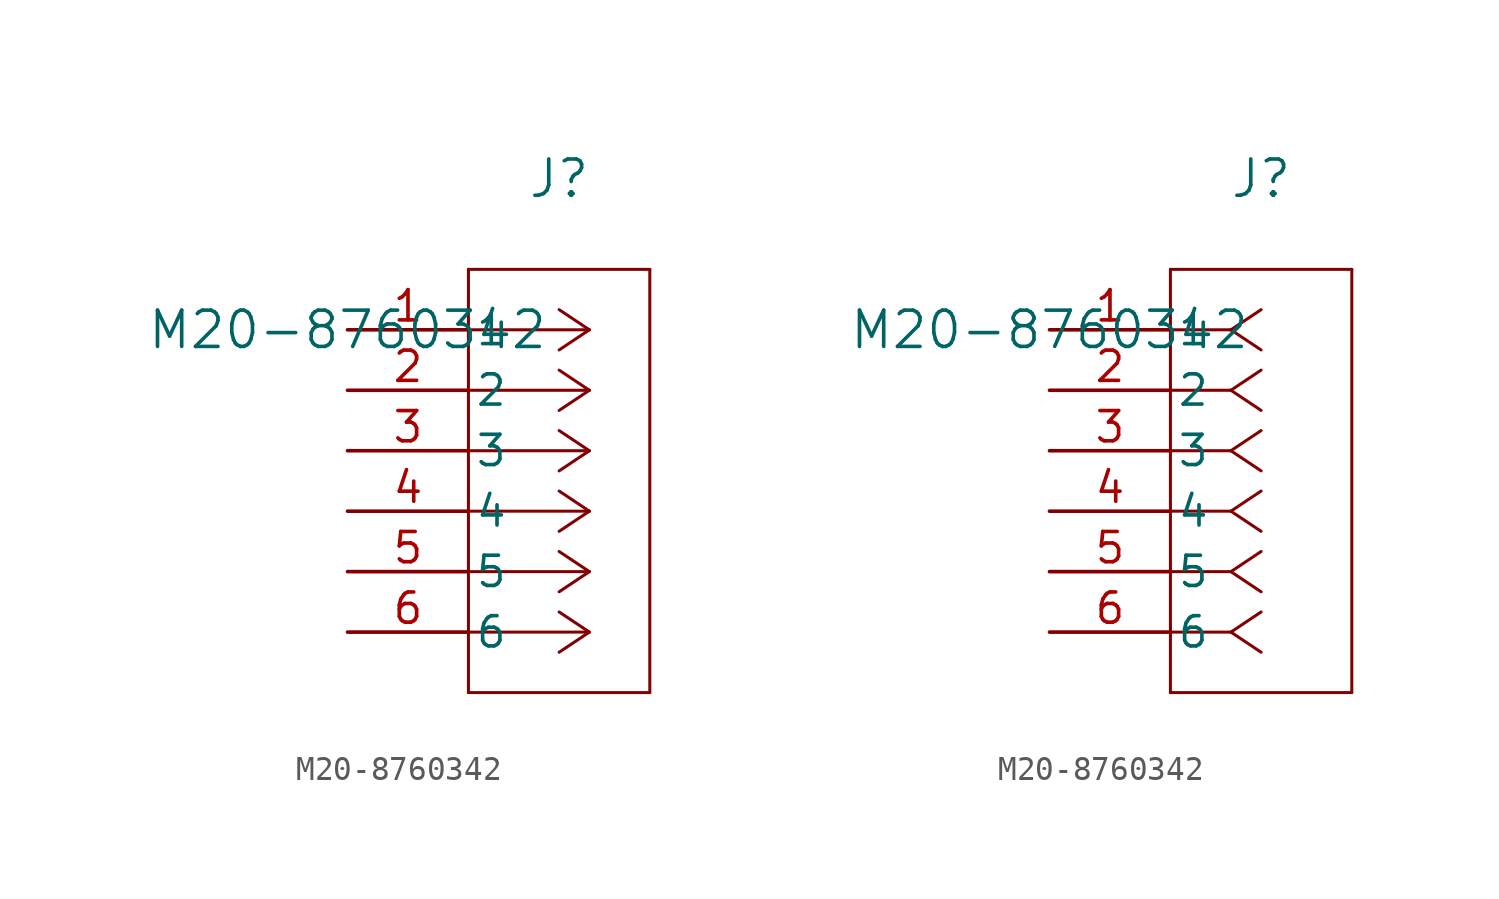
<source format=kicad_sym>
(kicad_symbol_lib
  (version 20211014)
  (generator kicad_symbol_editor)
  (symbol "M20-8760342"
    (pin_names
      (offset 0.254))
    (property "Reference" "J"
      (at 8.89 6.35 0)
      (effects (font (size 1.524 1.524))))
    (property "Value" "M20-8760342"
      (at 0 0 0)
      (effects (font (size 1.524 1.524))))
    (symbol "M20-8760342_1_1"
      (polyline (pts (xy 10.16 0) (xy 5.08 0)) (stroke (width 0.127) (type default) (color 0 0 0 0)) (fill (type none)))
      (polyline (pts (xy 10.16 -2.54) (xy 5.08 -2.54)) (stroke (width 0.127) (type default) (color 0 0 0 0)) (fill (type none)))
      (polyline (pts (xy 10.16 -5.08) (xy 5.08 -5.08)) (stroke (width 0.127) (type default) (color 0 0 0 0)) (fill (type none)))
      (polyline (pts (xy 10.16 -7.62) (xy 5.08 -7.62)) (stroke (width 0.127) (type default) (color 0 0 0 0)) (fill (type none)))
      (polyline (pts (xy 10.16 -10.16) (xy 5.08 -10.16)) (stroke (width 0.127) (type default) (color 0 0 0 0)) (fill (type none)))
      (polyline (pts (xy 10.16 -12.7) (xy 5.08 -12.7)) (stroke (width 0.127) (type default) (color 0 0 0 0)) (fill (type none)))
      (polyline (pts (xy 10.16 0) (xy 8.89 0.847)) (stroke (width 0.127) (type default) (color 0 0 0 0)) (fill (type none)))
      (polyline (pts (xy 10.16 -2.54) (xy 8.89 -1.693)) (stroke (width 0.127) (type default) (color 0 0 0 0)) (fill (type none)))
      (polyline (pts (xy 10.16 -5.08) (xy 8.89 -4.233)) (stroke (width 0.127) (type default) (color 0 0 0 0)) (fill (type none)))
      (polyline (pts (xy 10.16 -7.62) (xy 8.89 -6.773)) (stroke (width 0.127) (type default) (color 0 0 0 0)) (fill (type none)))
      (polyline (pts (xy 10.16 -10.16) (xy 8.89 -9.313)) (stroke (width 0.127) (type default) (color 0 0 0 0)) (fill (type none)))
      (polyline (pts (xy 10.16 -12.7) (xy 8.89 -11.853)) (stroke (width 0.127) (type default) (color 0 0 0 0)) (fill (type none)))
      (polyline (pts (xy 10.16 0) (xy 8.89 -0.847)) (stroke (width 0.127) (type default) (color 0 0 0 0)) (fill (type none)))
      (polyline (pts (xy 10.16 -2.54) (xy 8.89 -3.387)) (stroke (width 0.127) (type default) (color 0 0 0 0)) (fill (type none)))
      (polyline (pts (xy 10.16 -5.08) (xy 8.89 -5.927)) (stroke (width 0.127) (type default) (color 0 0 0 0)) (fill (type none)))
      (polyline (pts (xy 10.16 -7.62) (xy 8.89 -8.467)) (stroke (width 0.127) (type default) (color 0 0 0 0)) (fill (type none)))
      (polyline (pts (xy 10.16 -10.16) (xy 8.89 -11.007)) (stroke (width 0.127) (type default) (color 0 0 0 0)) (fill (type none)))
      (polyline (pts (xy 10.16 -12.7) (xy 8.89 -13.547)) (stroke (width 0.127) (type default) (color 0 0 0 0)) (fill (type none)))
      (polyline (pts (xy 5.08 2.54) (xy 5.08 -15.24)) (stroke (width 0.127) (type default) (color 0 0 0 0)) (fill (type none)))
      (polyline (pts (xy 5.08 -15.24) (xy 12.7 -15.24)) (stroke (width 0.127) (type default) (color 0 0 0 0)) (fill (type none)))
      (polyline (pts (xy 12.7 -15.24) (xy 12.7 2.54)) (stroke (width 0.127) (type default) (color 0 0 0 0)) (fill (type none)))
      (polyline (pts (xy 12.7 2.54) (xy 5.08 2.54)) (stroke (width 0.127) (type default) (color 0 0 0 0)) (fill (type none)))
      (pin unspecified line (at 0 0 0) (length 5.08) (name "1" (effects (font (size 1.27 1.27)))) (number "1" (effects (font (size 1.27 1.27)))))
      (pin unspecified line (at 0 -2.54 0) (length 5.08) (name "2" (effects (font (size 1.27 1.27)))) (number "2" (effects (font (size 1.27 1.27)))))
      (pin unspecified line (at 0 -5.08 0) (length 5.08) (name "3" (effects (font (size 1.27 1.27)))) (number "3" (effects (font (size 1.27 1.27)))))
      (pin unspecified line (at 0 -7.62 0) (length 5.08) (name "4" (effects (font (size 1.27 1.27)))) (number "4" (effects (font (size 1.27 1.27)))))
      (pin unspecified line (at 0 -10.16 0) (length 5.08) (name "5" (effects (font (size 1.27 1.27)))) (number "5" (effects (font (size 1.27 1.27)))))
      (pin unspecified line (at 0 -12.7 0) (length 5.08) (name "6" (effects (font (size 1.27 1.27)))) (number "6" (effects (font (size 1.27 1.27))))))
    (symbol "M20-8760342_1_2"
      (polyline (pts (xy 7.62 0) (xy 5.08 0)) (stroke (width 0.127) (type default) (color 0 0 0 0)) (fill (type none)))
      (polyline (pts (xy 7.62 -2.54) (xy 5.08 -2.54)) (stroke (width 0.127) (type default) (color 0 0 0 0)) (fill (type none)))
      (polyline (pts (xy 7.62 -5.08) (xy 5.08 -5.08)) (stroke (width 0.127) (type default) (color 0 0 0 0)) (fill (type none)))
      (polyline (pts (xy 7.62 -7.62) (xy 5.08 -7.62)) (stroke (width 0.127) (type default) (color 0 0 0 0)) (fill (type none)))
      (polyline (pts (xy 7.62 -10.16) (xy 5.08 -10.16)) (stroke (width 0.127) (type default) (color 0 0 0 0)) (fill (type none)))
      (polyline (pts (xy 7.62 -12.7) (xy 5.08 -12.7)) (stroke (width 0.127) (type default) (color 0 0 0 0)) (fill (type none)))
      (polyline (pts (xy 7.62 0) (xy 8.89 0.847)) (stroke (width 0.127) (type default) (color 0 0 0 0)) (fill (type none)))
      (polyline (pts (xy 7.62 -2.54) (xy 8.89 -1.693)) (stroke (width 0.127) (type default) (color 0 0 0 0)) (fill (type none)))
      (polyline (pts (xy 7.62 -5.08) (xy 8.89 -4.233)) (stroke (width 0.127) (type default) (color 0 0 0 0)) (fill (type none)))
      (polyline (pts (xy 7.62 -7.62) (xy 8.89 -6.773)) (stroke (width 0.127) (type default) (color 0 0 0 0)) (fill (type none)))
      (polyline (pts (xy 7.62 -10.16) (xy 8.89 -9.313)) (stroke (width 0.127) (type default) (color 0 0 0 0)) (fill (type none)))
      (polyline (pts (xy 7.62 -12.7) (xy 8.89 -11.853)) (stroke (width 0.127) (type default) (color 0 0 0 0)) (fill (type none)))
      (polyline (pts (xy 7.62 0) (xy 8.89 -0.847)) (stroke (width 0.127) (type default) (color 0 0 0 0)) (fill (type none)))
      (polyline (pts (xy 7.62 -2.54) (xy 8.89 -3.387)) (stroke (width 0.127) (type default) (color 0 0 0 0)) (fill (type none)))
      (polyline (pts (xy 7.62 -5.08) (xy 8.89 -5.927)) (stroke (width 0.127) (type default) (color 0 0 0 0)) (fill (type none)))
      (polyline (pts (xy 7.62 -7.62) (xy 8.89 -8.467)) (stroke (width 0.127) (type default) (color 0 0 0 0)) (fill (type none)))
      (polyline (pts (xy 7.62 -10.16) (xy 8.89 -11.007)) (stroke (width 0.127) (type default) (color 0 0 0 0)) (fill (type none)))
      (polyline (pts (xy 7.62 -12.7) (xy 8.89 -13.547)) (stroke (width 0.127) (type default) (color 0 0 0 0)) (fill (type none)))
      (polyline (pts (xy 5.08 2.54) (xy 5.08 -15.24)) (stroke (width 0.127) (type default) (color 0 0 0 0)) (fill (type none)))
      (polyline (pts (xy 5.08 -15.24) (xy 12.7 -15.24)) (stroke (width 0.127) (type default) (color 0 0 0 0)) (fill (type none)))
      (polyline (pts (xy 12.7 -15.24) (xy 12.7 2.54)) (stroke (width 0.127) (type default) (color 0 0 0 0)) (fill (type none)))
      (polyline (pts (xy 12.7 2.54) (xy 5.08 2.54)) (stroke (width 0.127) (type default) (color 0 0 0 0)) (fill (type none)))
      (pin unspecified line (at 0 0 0) (length 5.08) (name "1" (effects (font (size 1.27 1.27)))) (number "1" (effects (font (size 1.27 1.27)))))
      (pin unspecified line (at 0 -2.54 0) (length 5.08) (name "2" (effects (font (size 1.27 1.27)))) (number "2" (effects (font (size 1.27 1.27)))))
      (pin unspecified line (at 0 -5.08 0) (length 5.08) (name "3" (effects (font (size 1.27 1.27)))) (number "3" (effects (font (size 1.27 1.27)))))
      (pin unspecified line (at 0 -7.62 0) (length 5.08) (name "4" (effects (font (size 1.27 1.27)))) (number "4" (effects (font (size 1.27 1.27)))))
      (pin unspecified line (at 0 -10.16 0) (length 5.08) (name "5" (effects (font (size 1.27 1.27)))) (number "5" (effects (font (size 1.27 1.27)))))
      (pin unspecified line (at 0 -12.7 0) (length 5.08) (name "6" (effects (font (size 1.27 1.27)))) (number "6" (effects (font (size 1.27 1.27))))))))
</source>
